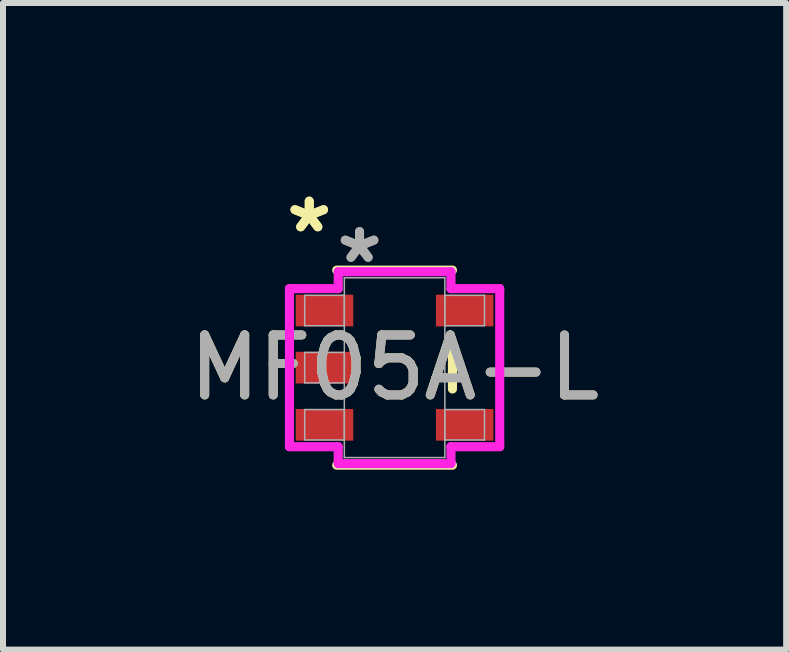
<source format=kicad_pcb>
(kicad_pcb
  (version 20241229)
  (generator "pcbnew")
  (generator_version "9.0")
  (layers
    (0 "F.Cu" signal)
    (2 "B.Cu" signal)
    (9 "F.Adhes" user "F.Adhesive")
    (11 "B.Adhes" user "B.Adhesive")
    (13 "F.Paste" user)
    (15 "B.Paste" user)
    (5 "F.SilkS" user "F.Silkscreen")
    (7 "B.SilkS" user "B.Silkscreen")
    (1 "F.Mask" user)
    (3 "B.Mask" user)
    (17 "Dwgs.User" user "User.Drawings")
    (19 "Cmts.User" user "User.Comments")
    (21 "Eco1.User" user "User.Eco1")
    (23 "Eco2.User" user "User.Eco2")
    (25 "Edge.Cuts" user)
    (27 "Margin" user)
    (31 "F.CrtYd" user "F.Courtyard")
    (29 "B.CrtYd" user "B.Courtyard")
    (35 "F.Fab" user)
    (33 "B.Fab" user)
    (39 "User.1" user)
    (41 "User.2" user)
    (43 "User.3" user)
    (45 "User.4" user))
  (footprint "MF05A-L"
    (layer "F.Cu")
    (at 3.53 3.081)
    (property "Reference" "MF05A-L" (at 0 0 0) (unlocked yes) (layer "F.SilkS") (effects (font (size 1 1) (thickness 0.15))))
    (attr smd)
    (fp_line (start -0.965 1.626) (end 0.965 1.626) (stroke (width 0.152) (type solid)) (layer "F.SilkS"))
    (fp_line (start 0.965 -1.626) (end -0.965 -1.626) (stroke (width 0.152) (type solid)) (layer "F.SilkS"))
    (fp_line (start 0.965 0.356) (end 0.965 -0.356) (stroke (width 0.152) (type solid)) (layer "F.SilkS"))
    (fp_line (start -1.753 -1.318) (end -0.94 -1.318) (stroke (width 0.152) (type solid)) (layer "F.CrtYd"))
    (fp_line (start -1.753 1.318) (end -1.753 -1.318) (stroke (width 0.152) (type solid)) (layer "F.CrtYd"))
    (fp_line (start -0.94 -1.6) (end 0.94 -1.6) (stroke (width 0.152) (type solid)) (layer "F.CrtYd"))
    (fp_line (start -0.94 -1.318) (end -0.94 -1.6) (stroke (width 0.152) (type solid)) (layer "F.CrtYd"))
    (fp_line (start -0.94 1.318) (end -1.753 1.318) (stroke (width 0.152) (type solid)) (layer "F.CrtYd"))
    (fp_line (start -0.94 1.6) (end -0.94 1.318) (stroke (width 0.152) (type solid)) (layer "F.CrtYd"))
    (fp_line (start 0.94 -1.6) (end 0.94 -1.318) (stroke (width 0.152) (type solid)) (layer "F.CrtYd"))
    (fp_line (start 0.94 -1.318) (end 1.753 -1.318) (stroke (width 0.152) (type solid)) (layer "F.CrtYd"))
    (fp_line (start 0.94 1.318) (end 0.94 1.6) (stroke (width 0.152) (type solid)) (layer "F.CrtYd"))
    (fp_line (start 0.94 1.6) (end -0.94 1.6) (stroke (width 0.152) (type solid)) (layer "F.CrtYd"))
    (fp_line (start 1.753 -1.318) (end 1.753 1.318) (stroke (width 0.152) (type solid)) (layer "F.CrtYd"))
    (fp_line (start 1.753 1.318) (end 0.94 1.318) (stroke (width 0.152) (type solid)) (layer "F.CrtYd"))
    (fp_line (start -1.499 -1.206) (end -1.499 -0.699) (stroke (width 0.025) (type solid)) (layer "F.Fab"))
    (fp_line (start -1.499 -0.699) (end -0.838 -0.699) (stroke (width 0.025) (type solid)) (layer "F.Fab"))
    (fp_line (start -1.499 -0.254) (end -1.499 0.254) (stroke (width 0.025) (type solid)) (layer "F.Fab"))
    (fp_line (start -1.499 0.254) (end -0.838 0.254) (stroke (width 0.025) (type solid)) (layer "F.Fab"))
    (fp_line (start -1.499 0.699) (end -1.499 1.206) (stroke (width 0.025) (type solid)) (layer "F.Fab"))
    (fp_line (start -1.499 1.206) (end -0.838 1.206) (stroke (width 0.025) (type solid)) (layer "F.Fab"))
    (fp_line (start -0.838 -1.499) (end -0.838 1.499) (stroke (width 0.025) (type solid)) (layer "F.Fab"))
    (fp_line (start -0.838 -1.206) (end -1.499 -1.206) (stroke (width 0.025) (type solid)) (layer "F.Fab"))
    (fp_line (start -0.838 -0.699) (end -0.838 -1.206) (stroke (width 0.025) (type solid)) (layer "F.Fab"))
    (fp_line (start -0.838 -0.254) (end -1.499 -0.254) (stroke (width 0.025) (type solid)) (layer "F.Fab"))
    (fp_line (start -0.838 0.254) (end -0.838 -0.254) (stroke (width 0.025) (type solid)) (layer "F.Fab"))
    (fp_line (start -0.838 0.699) (end -1.499 0.699) (stroke (width 0.025) (type solid)) (layer "F.Fab"))
    (fp_line (start -0.838 1.206) (end -0.838 0.699) (stroke (width 0.025) (type solid)) (layer "F.Fab"))
    (fp_line (start -0.838 1.499) (end 0.838 1.499) (stroke (width 0.025) (type solid)) (layer "F.Fab"))
    (fp_line (start 0.838 -1.499) (end -0.838 -1.499) (stroke (width 0.025) (type solid)) (layer "F.Fab"))
    (fp_line (start 0.838 -1.206) (end 0.838 -0.699) (stroke (width 0.025) (type solid)) (layer "F.Fab"))
    (fp_line (start 0.838 -0.699) (end 1.499 -0.699) (stroke (width 0.025) (type solid)) (layer "F.Fab"))
    (fp_line (start 0.838 0.699) (end 0.838 1.206) (stroke (width 0.025) (type solid)) (layer "F.Fab"))
    (fp_line (start 0.838 1.206) (end 1.499 1.206) (stroke (width 0.025) (type solid)) (layer "F.Fab"))
    (fp_line (start 0.838 1.499) (end 0.838 -1.499) (stroke (width 0.025) (type solid)) (layer "F.Fab"))
    (fp_line (start 1.499 -1.206) (end 0.838 -1.206) (stroke (width 0.025) (type solid)) (layer "F.Fab"))
    (fp_line (start 1.499 -0.699) (end 1.499 -1.206) (stroke (width 0.025) (type solid)) (layer "F.Fab"))
    (fp_line (start 1.499 0.699) (end 0.838 0.699) (stroke (width 0.025) (type solid)) (layer "F.Fab"))
    (fp_line (start 1.499 1.206) (end 1.499 0.699) (stroke (width 0.025) (type solid)) (layer "F.Fab"))
    (fp_text user "*" (at -1.423 -2.232 0) (unlocked yes) (layer "F.SilkS") (effects (font (size 1 1) (thickness 0.15))))
    (fp_text user "*" (at -1.423 -2.232 0) (layer "F.SilkS") (effects (font (size 1 1) (thickness 0.15))))
    (fp_text user "${REFERENCE}" (at 0 0 0) (unlocked yes) (layer "F.Fab") (effects (font (size 1 1) (thickness 0.15))))
    (fp_text user "*" (at -0.584 -1.724 0) (unlocked yes) (layer "F.Fab") (effects (font (size 1 1) (thickness 0.15))))
    (fp_text user "*" (at -0.584 -1.724 0) (layer "F.Fab") (effects (font (size 1 1) (thickness 0.15))))
    (pad "1" smd rect (at -1.169 -0.953) (size 0.959 0.528) (layers "F.Cu" "F.Mask" "F.Paste"))
    (pad "2" smd rect (at -1.169 0) (size 0.959 0.528) (layers "F.Cu" "F.Mask" "F.Paste"))
    (pad "3" smd rect (at -1.169 0.953) (size 0.959 0.528) (layers "F.Cu" "F.Mask" "F.Paste"))
    (pad "4" smd rect (at 1.169 0.953) (size 0.959 0.528) (layers "F.Cu" "F.Mask" "F.Paste"))
    (pad "5" smd rect (at 1.169 -0.953) (size 0.959 0.528) (layers "F.Cu" "F.Mask" "F.Paste")))
  (gr_rect
    (start -3 -3)
    (end 10.06 7.783)
    (stroke (width 0.1) (type default))
    (fill no)
    (layer "Edge.Cuts")))
</source>
